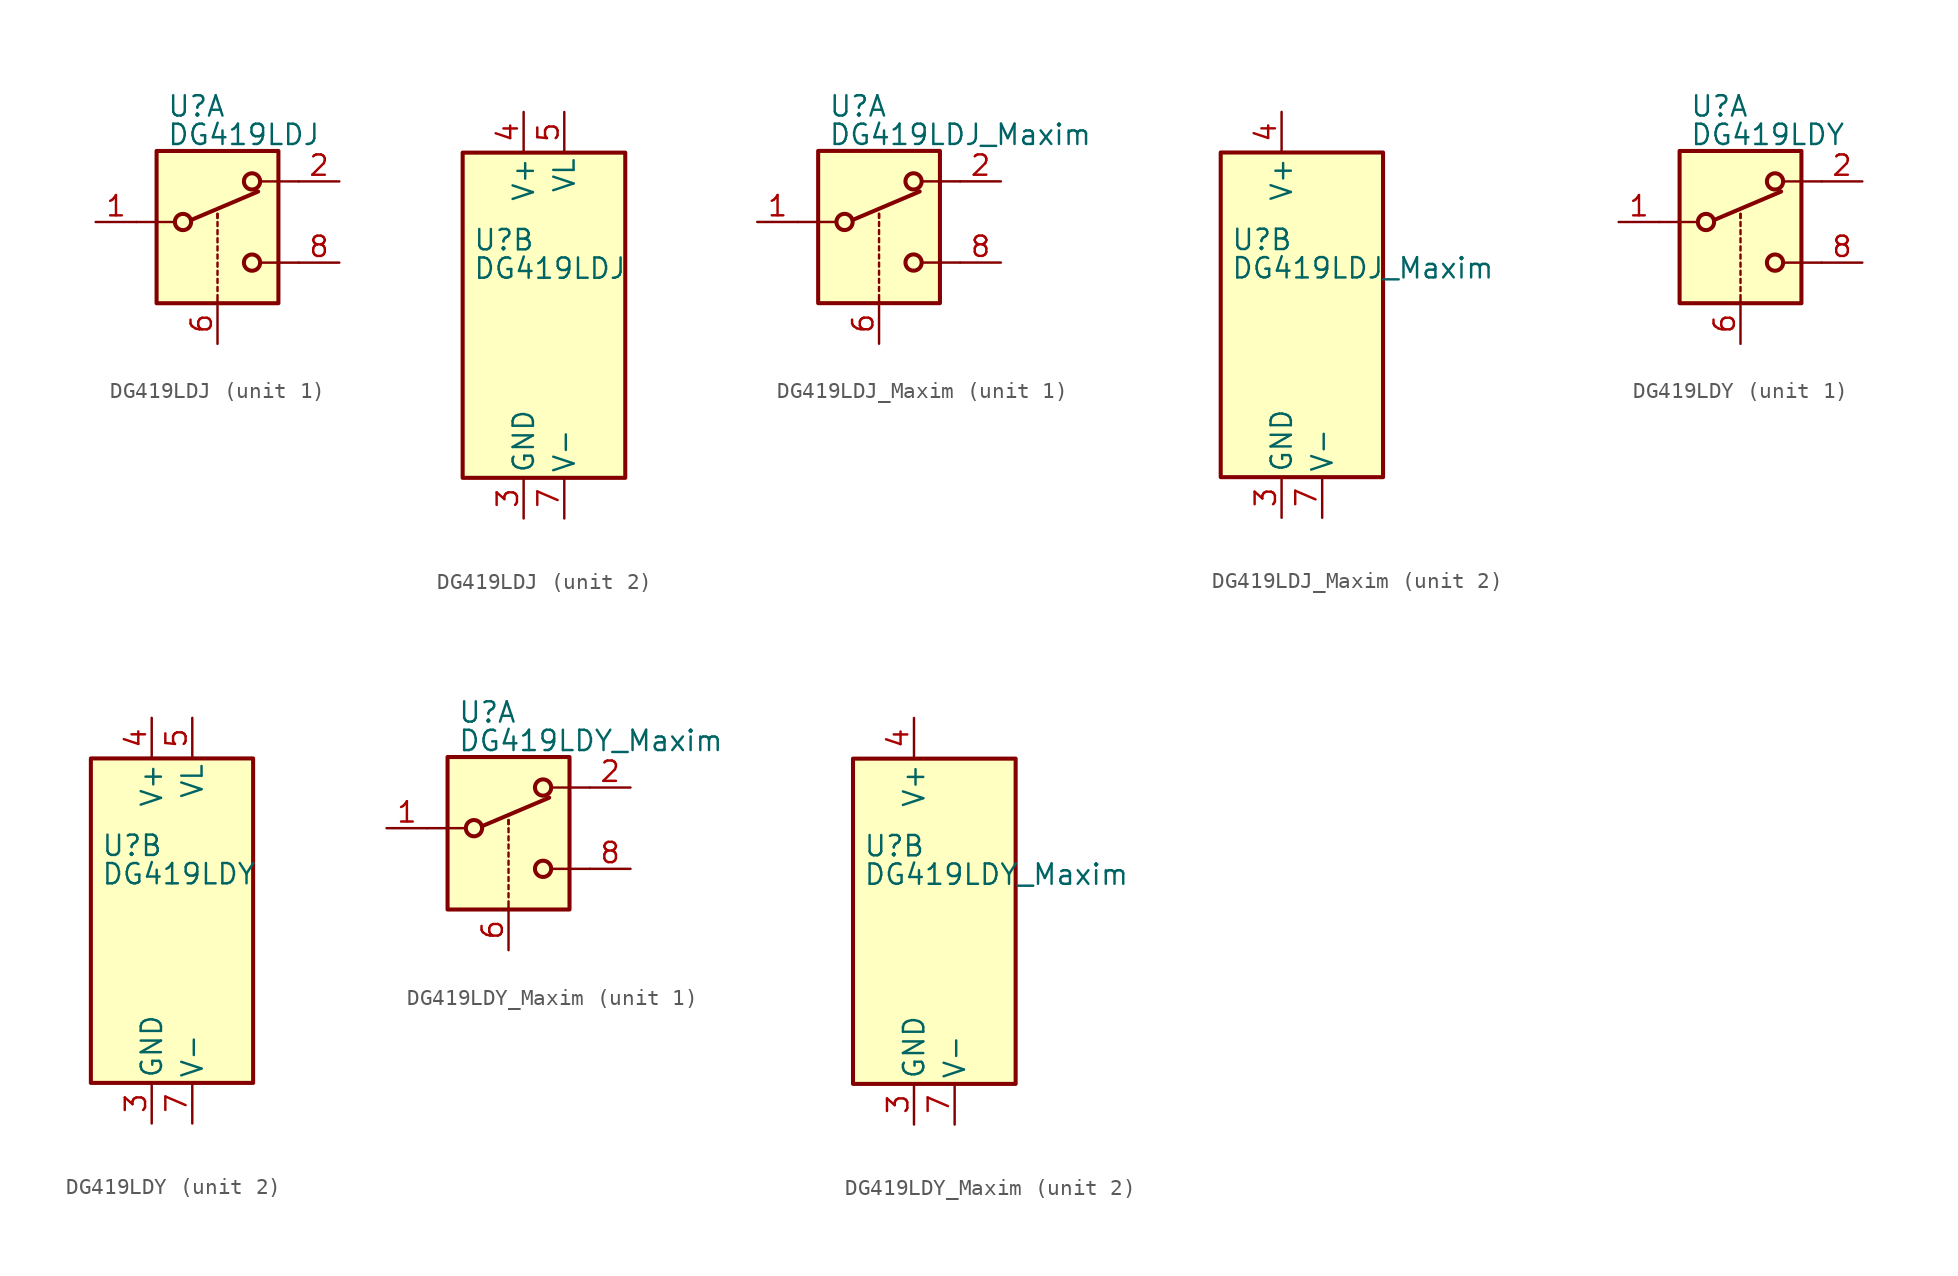
<source format=kicad_sym>
(kicad_symbol_lib
  (version 20201005)
  (generator kicad_symbol_editor)
  (symbol "DG419LDJ"
    (pin_names
      (offset 0.254))
    (property "Reference" "U"
      (at -3.175 4.699 0)
      (effects (font (size 1.27 1.27)) (justify left)))
    (property "Value" "DG419LDJ"
      (at -3.175 2.921 0)
      (effects (font (size 1.27 1.27)) (justify left)))
    (symbol "DG419LDJ_1_1"
      (circle (center -2.159 -2.54) (radius 0.508) (stroke (width 0.254)) (fill (type none)))
      (circle (center 2.159 -5.08) (radius 0.508) (stroke (width 0.254)) (fill (type none)))
      (circle (center 2.159 0) (radius 0.508) (stroke (width 0.254)) (fill (type none)))
      (rectangle (start -3.81 1.905) (end 3.81 -7.62) (stroke (width 0.254)) (fill (type background)))
      (polyline (pts (xy -5.08 -2.54) (xy -2.794 -2.54)) (stroke (width 0)) (fill (type none)))
      (polyline (pts (xy -1.651 -2.413) (xy 2.54 -0.635)) (stroke (width 0.254)) (fill (type none)))
      (polyline (pts (xy 0 -7.62) (xy 0 -7.112)) (stroke (width 0)) (fill (type none)))
      (polyline (pts (xy 0 -6.858) (xy 0 -6.604)) (stroke (width 0)) (fill (type none)))
      (polyline (pts (xy 0 -6.35) (xy 0 -6.096)) (stroke (width 0)) (fill (type none)))
      (polyline (pts (xy 0 -5.842) (xy 0 -5.588)) (stroke (width 0)) (fill (type none)))
      (polyline (pts (xy 0 -5.334) (xy 0 -5.08)) (stroke (width 0)) (fill (type none)))
      (polyline (pts (xy 0 -4.826) (xy 0 -4.572)) (stroke (width 0)) (fill (type none)))
      (polyline (pts (xy 0 -4.318) (xy 0 -4.064)) (stroke (width 0)) (fill (type none)))
      (polyline (pts (xy 0 -3.81) (xy 0 -3.556)) (stroke (width 0)) (fill (type none)))
      (polyline (pts (xy 0 -3.302) (xy 0 -3.048)) (stroke (width 0)) (fill (type none)))
      (polyline (pts (xy 0 -2.794) (xy 0 -2.54)) (stroke (width 0)) (fill (type none)))
      (polyline (pts (xy 0 -2.286) (xy 0 -2.032)) (stroke (width 0)) (fill (type none)))
      (polyline (pts (xy 0 -2.286) (xy 0 -2.032)) (stroke (width 0)) (fill (type none)))
      (polyline (pts (xy 5.08 -5.08) (xy 2.794 -5.08)) (stroke (width 0)) (fill (type none)))
      (polyline (pts (xy 5.08 0) (xy 2.794 0)) (stroke (width 0)) (fill (type none)))
      (pin passive line (at -7.62 -2.54 0) (length 2.54) (name "~" (effects (font (size 1.27 1.27)))) (number "1" (effects (font (size 1.27 1.27)))))
      (pin passive line (at 7.62 0 180) (length 2.54) (name "~" (effects (font (size 1.27 1.27)))) (number "2" (effects (font (size 1.27 1.27)))))
      (pin input line (at 0 -10.16 90) (length 2.54) (name "~" (effects (font (size 1.27 1.27)))) (number "6" (effects (font (size 1.27 1.27)))))
      (pin passive line (at 7.62 -5.08 180) (length 2.54) (name "~" (effects (font (size 1.27 1.27)))) (number "8" (effects (font (size 1.27 1.27))))))
    (symbol "DG419LDJ_2_0"
      (pin power_in line (at 0 -12.7 90) (length 2.54) (name "GND" (effects (font (size 1.27 1.27)))) (number "3" (effects (font (size 1.27 1.27)))))
      (pin power_in line (at 0 12.7 270) (length 2.54) (name "V+" (effects (font (size 1.27 1.27)))) (number "4" (effects (font (size 1.27 1.27)))))
      (pin power_in line (at 2.54 12.7 270) (length 2.54) (name "VL" (effects (font (size 1.27 1.27)))) (number "5" (effects (font (size 1.27 1.27)))))
      (pin power_in line (at 2.54 -12.7 90) (length 2.54) (name "V-" (effects (font (size 1.27 1.27)))) (number "7" (effects (font (size 1.27 1.27))))))
    (symbol "DG419LDJ_2_1"
      (rectangle (start -3.81 10.16) (end 6.35 -10.16) (stroke (width 0.254)) (fill (type background)))))
  (symbol "DG419LDJ_Maxim"
    (pin_names
      (offset 0.254))
    (property "Reference" "U"
      (at -3.175 4.699 0)
      (effects (font (size 1.27 1.27)) (justify left)))
    (property "Value" "DG419LDJ_Maxim"
      (at -3.175 2.921 0)
      (effects (font (size 1.27 1.27)) (justify left)))
    (symbol "DG419LDJ_Maxim_1_1"
      (circle (center -2.159 -2.54) (radius 0.508) (stroke (width 0.254)) (fill (type none)))
      (circle (center 2.159 -5.08) (radius 0.508) (stroke (width 0.254)) (fill (type none)))
      (circle (center 2.159 0) (radius 0.508) (stroke (width 0.254)) (fill (type none)))
      (rectangle (start -3.81 1.905) (end 3.81 -7.62) (stroke (width 0.254)) (fill (type background)))
      (polyline (pts (xy -5.08 -2.54) (xy -2.794 -2.54)) (stroke (width 0)) (fill (type none)))
      (polyline (pts (xy -1.651 -2.413) (xy 2.54 -0.635)) (stroke (width 0.254)) (fill (type none)))
      (polyline (pts (xy 0 -7.62) (xy 0 -7.112)) (stroke (width 0)) (fill (type none)))
      (polyline (pts (xy 0 -6.858) (xy 0 -6.604)) (stroke (width 0)) (fill (type none)))
      (polyline (pts (xy 0 -6.35) (xy 0 -6.096)) (stroke (width 0)) (fill (type none)))
      (polyline (pts (xy 0 -5.842) (xy 0 -5.588)) (stroke (width 0)) (fill (type none)))
      (polyline (pts (xy 0 -5.334) (xy 0 -5.08)) (stroke (width 0)) (fill (type none)))
      (polyline (pts (xy 0 -4.826) (xy 0 -4.572)) (stroke (width 0)) (fill (type none)))
      (polyline (pts (xy 0 -4.318) (xy 0 -4.064)) (stroke (width 0)) (fill (type none)))
      (polyline (pts (xy 0 -3.81) (xy 0 -3.556)) (stroke (width 0)) (fill (type none)))
      (polyline (pts (xy 0 -3.302) (xy 0 -3.048)) (stroke (width 0)) (fill (type none)))
      (polyline (pts (xy 0 -2.794) (xy 0 -2.54)) (stroke (width 0)) (fill (type none)))
      (polyline (pts (xy 0 -2.286) (xy 0 -2.032)) (stroke (width 0)) (fill (type none)))
      (polyline (pts (xy 0 -2.286) (xy 0 -2.032)) (stroke (width 0)) (fill (type none)))
      (polyline (pts (xy 5.08 -5.08) (xy 2.794 -5.08)) (stroke (width 0)) (fill (type none)))
      (polyline (pts (xy 5.08 0) (xy 2.794 0)) (stroke (width 0)) (fill (type none)))
      (pin passive line (at -7.62 -2.54 0) (length 2.54) (name "~" (effects (font (size 1.27 1.27)))) (number "1" (effects (font (size 1.27 1.27)))))
      (pin passive line (at 7.62 0 180) (length 2.54) (name "~" (effects (font (size 1.27 1.27)))) (number "2" (effects (font (size 1.27 1.27)))))
      (pin input line (at 0 -10.16 90) (length 2.54) (name "~" (effects (font (size 1.27 1.27)))) (number "6" (effects (font (size 1.27 1.27)))))
      (pin passive line (at 7.62 -5.08 180) (length 2.54) (name "~" (effects (font (size 1.27 1.27)))) (number "8" (effects (font (size 1.27 1.27))))))
    (symbol "DG419LDJ_Maxim_2_0"
      (pin power_in line (at 0 -12.7 90) (length 2.54) (name "GND" (effects (font (size 1.27 1.27)))) (number "3" (effects (font (size 1.27 1.27)))))
      (pin power_in line (at 0 12.7 270) (length 2.54) (name "V+" (effects (font (size 1.27 1.27)))) (number "4" (effects (font (size 1.27 1.27)))))
      (pin no_connect line (at 2.54 10.16 270) (length 2.54) hide (name "NC" (effects (font (size 1.27 1.27)))) (number "5" (effects (font (size 1.27 1.27)))))
      (pin power_in line (at 2.54 -12.7 90) (length 2.54) (name "V-" (effects (font (size 1.27 1.27)))) (number "7" (effects (font (size 1.27 1.27))))))
    (symbol "DG419LDJ_Maxim_2_1"
      (rectangle (start -3.81 10.16) (end 6.35 -10.16) (stroke (width 0.254)) (fill (type background)))))
  (symbol "DG419LDY"
    (pin_names
      (offset 0.254))
    (property "Reference" "U"
      (at -3.175 4.699 0)
      (effects (font (size 1.27 1.27)) (justify left)))
    (property "Value" "DG419LDY"
      (at -3.175 2.921 0)
      (effects (font (size 1.27 1.27)) (justify left)))
    (symbol "DG419LDY_1_1"
      (circle (center -2.159 -2.54) (radius 0.508) (stroke (width 0.254)) (fill (type none)))
      (circle (center 2.159 -5.08) (radius 0.508) (stroke (width 0.254)) (fill (type none)))
      (circle (center 2.159 0) (radius 0.508) (stroke (width 0.254)) (fill (type none)))
      (rectangle (start -3.81 1.905) (end 3.81 -7.62) (stroke (width 0.254)) (fill (type background)))
      (polyline (pts (xy -5.08 -2.54) (xy -2.794 -2.54)) (stroke (width 0)) (fill (type none)))
      (polyline (pts (xy -1.651 -2.413) (xy 2.54 -0.635)) (stroke (width 0.254)) (fill (type none)))
      (polyline (pts (xy 0 -7.62) (xy 0 -7.112)) (stroke (width 0)) (fill (type none)))
      (polyline (pts (xy 0 -6.858) (xy 0 -6.604)) (stroke (width 0)) (fill (type none)))
      (polyline (pts (xy 0 -6.35) (xy 0 -6.096)) (stroke (width 0)) (fill (type none)))
      (polyline (pts (xy 0 -5.842) (xy 0 -5.588)) (stroke (width 0)) (fill (type none)))
      (polyline (pts (xy 0 -5.334) (xy 0 -5.08)) (stroke (width 0)) (fill (type none)))
      (polyline (pts (xy 0 -4.826) (xy 0 -4.572)) (stroke (width 0)) (fill (type none)))
      (polyline (pts (xy 0 -4.318) (xy 0 -4.064)) (stroke (width 0)) (fill (type none)))
      (polyline (pts (xy 0 -3.81) (xy 0 -3.556)) (stroke (width 0)) (fill (type none)))
      (polyline (pts (xy 0 -3.302) (xy 0 -3.048)) (stroke (width 0)) (fill (type none)))
      (polyline (pts (xy 0 -2.794) (xy 0 -2.54)) (stroke (width 0)) (fill (type none)))
      (polyline (pts (xy 0 -2.286) (xy 0 -2.032)) (stroke (width 0)) (fill (type none)))
      (polyline (pts (xy 0 -2.286) (xy 0 -2.032)) (stroke (width 0)) (fill (type none)))
      (polyline (pts (xy 5.08 -5.08) (xy 2.794 -5.08)) (stroke (width 0)) (fill (type none)))
      (polyline (pts (xy 5.08 0) (xy 2.794 0)) (stroke (width 0)) (fill (type none)))
      (pin passive line (at -7.62 -2.54 0) (length 2.54) (name "~" (effects (font (size 1.27 1.27)))) (number "1" (effects (font (size 1.27 1.27)))))
      (pin passive line (at 7.62 0 180) (length 2.54) (name "~" (effects (font (size 1.27 1.27)))) (number "2" (effects (font (size 1.27 1.27)))))
      (pin input line (at 0 -10.16 90) (length 2.54) (name "~" (effects (font (size 1.27 1.27)))) (number "6" (effects (font (size 1.27 1.27)))))
      (pin passive line (at 7.62 -5.08 180) (length 2.54) (name "~" (effects (font (size 1.27 1.27)))) (number "8" (effects (font (size 1.27 1.27))))))
    (symbol "DG419LDY_2_0"
      (pin power_in line (at 0 -12.7 90) (length 2.54) (name "GND" (effects (font (size 1.27 1.27)))) (number "3" (effects (font (size 1.27 1.27)))))
      (pin power_in line (at 0 12.7 270) (length 2.54) (name "V+" (effects (font (size 1.27 1.27)))) (number "4" (effects (font (size 1.27 1.27)))))
      (pin power_in line (at 2.54 12.7 270) (length 2.54) (name "VL" (effects (font (size 1.27 1.27)))) (number "5" (effects (font (size 1.27 1.27)))))
      (pin power_in line (at 2.54 -12.7 90) (length 2.54) (name "V-" (effects (font (size 1.27 1.27)))) (number "7" (effects (font (size 1.27 1.27))))))
    (symbol "DG419LDY_2_1"
      (rectangle (start -3.81 10.16) (end 6.35 -10.16) (stroke (width 0.254)) (fill (type background)))))
  (symbol "DG419LDY_Maxim"
    (pin_names
      (offset 0.254))
    (property "Reference" "U"
      (at -3.175 4.699 0)
      (effects (font (size 1.27 1.27)) (justify left)))
    (property "Value" "DG419LDY_Maxim"
      (at -3.175 2.921 0)
      (effects (font (size 1.27 1.27)) (justify left)))
    (symbol "DG419LDY_Maxim_1_1"
      (circle (center -2.159 -2.54) (radius 0.508) (stroke (width 0.254)) (fill (type none)))
      (circle (center 2.159 -5.08) (radius 0.508) (stroke (width 0.254)) (fill (type none)))
      (circle (center 2.159 0) (radius 0.508) (stroke (width 0.254)) (fill (type none)))
      (rectangle (start -3.81 1.905) (end 3.81 -7.62) (stroke (width 0.254)) (fill (type background)))
      (polyline (pts (xy -5.08 -2.54) (xy -2.794 -2.54)) (stroke (width 0)) (fill (type none)))
      (polyline (pts (xy -1.651 -2.413) (xy 2.54 -0.635)) (stroke (width 0.254)) (fill (type none)))
      (polyline (pts (xy 0 -7.62) (xy 0 -7.112)) (stroke (width 0)) (fill (type none)))
      (polyline (pts (xy 0 -6.858) (xy 0 -6.604)) (stroke (width 0)) (fill (type none)))
      (polyline (pts (xy 0 -6.35) (xy 0 -6.096)) (stroke (width 0)) (fill (type none)))
      (polyline (pts (xy 0 -5.842) (xy 0 -5.588)) (stroke (width 0)) (fill (type none)))
      (polyline (pts (xy 0 -5.334) (xy 0 -5.08)) (stroke (width 0)) (fill (type none)))
      (polyline (pts (xy 0 -4.826) (xy 0 -4.572)) (stroke (width 0)) (fill (type none)))
      (polyline (pts (xy 0 -4.318) (xy 0 -4.064)) (stroke (width 0)) (fill (type none)))
      (polyline (pts (xy 0 -3.81) (xy 0 -3.556)) (stroke (width 0)) (fill (type none)))
      (polyline (pts (xy 0 -3.302) (xy 0 -3.048)) (stroke (width 0)) (fill (type none)))
      (polyline (pts (xy 0 -2.794) (xy 0 -2.54)) (stroke (width 0)) (fill (type none)))
      (polyline (pts (xy 0 -2.286) (xy 0 -2.032)) (stroke (width 0)) (fill (type none)))
      (polyline (pts (xy 0 -2.286) (xy 0 -2.032)) (stroke (width 0)) (fill (type none)))
      (polyline (pts (xy 5.08 -5.08) (xy 2.794 -5.08)) (stroke (width 0)) (fill (type none)))
      (polyline (pts (xy 5.08 0) (xy 2.794 0)) (stroke (width 0)) (fill (type none)))
      (pin passive line (at -7.62 -2.54 0) (length 2.54) (name "~" (effects (font (size 1.27 1.27)))) (number "1" (effects (font (size 1.27 1.27)))))
      (pin passive line (at 7.62 0 180) (length 2.54) (name "~" (effects (font (size 1.27 1.27)))) (number "2" (effects (font (size 1.27 1.27)))))
      (pin input line (at 0 -10.16 90) (length 2.54) (name "~" (effects (font (size 1.27 1.27)))) (number "6" (effects (font (size 1.27 1.27)))))
      (pin passive line (at 7.62 -5.08 180) (length 2.54) (name "~" (effects (font (size 1.27 1.27)))) (number "8" (effects (font (size 1.27 1.27))))))
    (symbol "DG419LDY_Maxim_2_0"
      (pin power_in line (at 0 -12.7 90) (length 2.54) (name "GND" (effects (font (size 1.27 1.27)))) (number "3" (effects (font (size 1.27 1.27)))))
      (pin power_in line (at 0 12.7 270) (length 2.54) (name "V+" (effects (font (size 1.27 1.27)))) (number "4" (effects (font (size 1.27 1.27)))))
      (pin no_connect line (at 2.54 10.16 270) (length 2.54) hide (name "NC" (effects (font (size 1.27 1.27)))) (number "5" (effects (font (size 1.27 1.27)))))
      (pin power_in line (at 2.54 -12.7 90) (length 2.54) (name "V-" (effects (font (size 1.27 1.27)))) (number "7" (effects (font (size 1.27 1.27))))))
    (symbol "DG419LDY_Maxim_2_1"
      (rectangle (start -3.81 10.16) (end 6.35 -10.16) (stroke (width 0.254)) (fill (type background))))))
</source>
